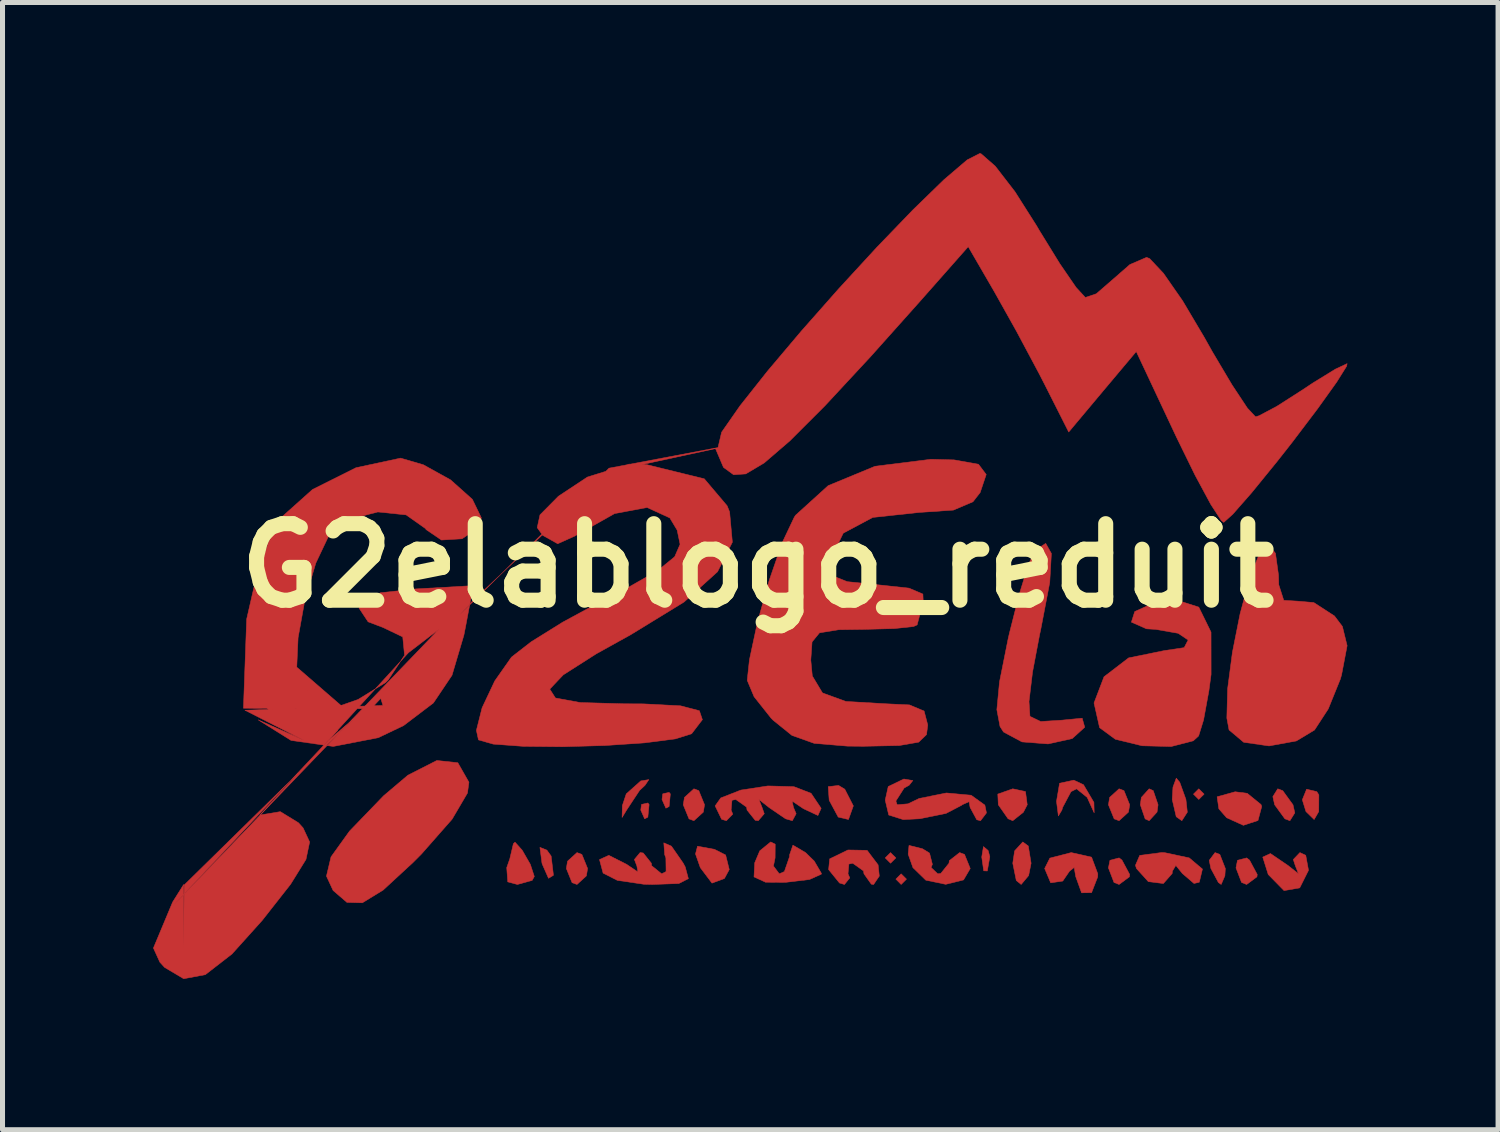
<source format=kicad_pcb>
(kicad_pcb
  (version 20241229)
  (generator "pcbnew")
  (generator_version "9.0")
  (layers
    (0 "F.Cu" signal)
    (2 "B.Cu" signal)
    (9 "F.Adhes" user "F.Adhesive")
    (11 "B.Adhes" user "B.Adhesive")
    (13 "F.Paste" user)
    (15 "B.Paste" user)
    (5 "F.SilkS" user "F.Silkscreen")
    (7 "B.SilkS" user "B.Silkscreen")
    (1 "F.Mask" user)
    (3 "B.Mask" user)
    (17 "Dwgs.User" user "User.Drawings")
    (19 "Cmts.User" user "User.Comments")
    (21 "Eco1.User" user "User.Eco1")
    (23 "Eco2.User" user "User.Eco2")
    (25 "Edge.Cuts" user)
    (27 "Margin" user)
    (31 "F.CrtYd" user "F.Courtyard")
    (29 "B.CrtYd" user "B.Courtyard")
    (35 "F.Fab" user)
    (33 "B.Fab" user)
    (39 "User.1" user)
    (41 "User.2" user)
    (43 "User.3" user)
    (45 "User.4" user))
  (footprint "G2elablogo_reduit"
    (layer "F.Cu")
    (at 12.038 8.213)
    (property "Reference" "G2elablogo_reduit" (at 0 0 180) (layer "F.SilkS") (effects (font (size 1.524 1.524) (thickness 0.3))))
    (attr through_hole)
    (fp_poly (pts (xy -4.657 6.032) (xy -4.763 6.138) (xy -4.868 6.032) (xy -4.763 5.927) (xy -4.657 6.032)) (stroke (width 0.01) (type solid)) (fill yes) (layer "F.Cu"))
    (fp_poly (pts (xy 9.666 4.727) (xy 9.691 4.978) (xy 9.666 5.009) (xy 9.54 4.98) (xy 9.525 4.868) (xy 9.602 4.694) (xy 9.666 4.727)) (stroke (width 0.01) (type solid)) (fill yes) (layer "F.Cu"))
    (fp_poly (pts (xy 8.196 2.266) (xy 8.215 2.6) (xy 8.068 2.947) (xy 7.798 3.132) (xy 7.419 3.071) (xy 7.304 2.966) (xy 7.303 2.629) (xy 7.558 2.291) (xy 7.938 2.118) (xy 7.978 2.117) (xy 8.196 2.266)) (stroke (width 0.01) (type solid)) (fill yes) (layer "F.Cu"))
    (fp_poly (pts (xy -9.7 1.94) (xy -9.17 2.03) (xy -8.2 2.87) (xy -9.078 2.549) (xy -9.246 2.902) (xy -9.619 3.139) (xy -9.7 2.91) (xy -9.84 2.76) (xy -10.19 2.49) (xy -10.06 2.16) (xy -10.024 2.022) (xy -9.831 1.5) (xy -9.585 1.302) (xy -9.344 1.301) (xy -9.51 1.4)) (stroke (width 0.01) (type solid)) (fill yes) (layer "F.Cu"))
    (fp_poly (pts (xy -11.43 7.62) (xy -11.43 6.35) (xy -11.65 6.7) (xy -12.033 7.616) (xy -11.905 7.897) (xy -11.811 8.001) (xy -11.43 8.227) (xy -10.999 8.146) (xy -10.468 7.734) (xy -9.868 7.067) (xy -9.301 6.345) (xy -9.201 6.184) (xy -8.587 6.184) (xy -8.455 6.469) (xy -8.179 6.707) (xy -7.872 6.715) (xy -7.459 6.462) (xy -6.975 6.015) (xy -4.997 6.015) (xy -4.977 6.298) (xy -4.785 6.35) (xy -4.491 6.269) (xy -4.448 6.191) (xy -4.527 5.95) (xy -4.689 5.668) (xy -4.74 5.611) (xy -4.336 5.611) (xy -4.296 5.921) (xy -4.29 5.944) (xy -4.165 6.227) (xy -4.067 6.167) (xy -4.083 6.032) (xy -3.81 6.032) (xy -3.696 6.314) (xy -3.598 6.35) (xy -3.411 6.179) (xy -3.387 6.032) (xy -3.459 5.854) (xy -3.15 5.854) (xy -3.078 6.124) (xy -2.795 6.268) (xy -2.264 6.346) (xy -2.097 6.35) (xy -1.57 6.331) (xy -1.38 6.234) (xy -1.443 6) (xy -1.482 5.927) (xy -1.61 5.742) (xy -1.238 5.742) (xy -1.142 6.015) (xy -0.91 6.323) (xy -0.662 6.231) (xy -0.645 6.199) (xy -0.073 6.199) (xy 0.156 6.305) (xy 0.551 6.308) (xy 1.032 6.251) (xy 1.266 6.146) (xy 1.27 6.13) (xy 1.226 6.054) (xy 1.413 6.054) (xy 1.63 6.321) (xy 1.728 6.35) (xy 1.834 6.219) (xy 1.799 6.138) (xy 1.816 5.943) (xy 1.893 5.927) (xy 2.108 6.08) (xy 2.117 6.138) (xy 2.263 6.344) (xy 2.309 6.35) (xy 2.38 6.244) (xy 2.752 6.244) (xy 2.857 6.35) (xy 2.963 6.244) (xy 2.857 6.138) (xy 2.752 6.244) (xy 2.38 6.244) (xy 2.422 6.183) (xy 2.398 5.959) (xy 2.293 5.821) (xy 2.54 5.821) (xy 2.646 5.927) (xy 2.752 5.821) (xy 2.676 5.746) (xy 2.997 5.746) (xy 3.092 6.015) (xy 3.349 6.265) (xy 3.745 6.347) (xy 4.1 6.259) (xy 4.233 6.032) (xy 4.14 5.803) (xy 4.462 5.803) (xy 4.501 6.078) (xy 4.573 6.081) (xy 4.6 5.927) (xy 5.08 5.927) (xy 5.15 6.271) (xy 5.247 6.35) (xy 5.396 6.172) (xy 5.424 6.032) (xy 5.715 6.032) (xy 5.835 6.317) (xy 6.075 6.282) (xy 6.21 6.085) (xy 6.303 6.011) (xy 6.333 6.191) (xy 6.45 6.516) (xy 6.649 6.513) (xy 6.771 6.199) (xy 6.773 6.138) (xy 6.729 6.02) (xy 6.985 6.02) (xy 7.096 6.31) (xy 7.197 6.35) (xy 7.402 6.198) (xy 7.408 6.151) (xy 7.31 5.968) (xy 7.523 5.968) (xy 7.543 6.032) (xy 7.779 6.293) (xy 8.079 6.331) (xy 8.254 6.132) (xy 8.258 6.085) (xy 8.327 5.97) (xy 8.458 6.132) (xy 8.689 6.33) (xy 8.794 6.305) (xy 8.857 6.043) (xy 8.652 5.87) (xy 8.992 5.87) (xy 9.025 6.032) (xy 9.175 6.311) (xy 9.23 6.35) (xy 9.304 6.177) (xy 9.313 6.032) (xy 9.308 6.02) (xy 9.525 6.02) (xy 9.636 6.31) (xy 9.737 6.35) (xy 9.942 6.198) (xy 9.948 6.151) (xy 9.794 5.864) (xy 9.737 5.821) (xy 9.555 5.869) (xy 9.525 6.02) (xy 9.308 6.02) (xy 9.224 5.805) (xy 10.058 5.805) (xy 10.167 6.151) (xy 10.482 6.472) (xy 10.794 6.418) (xy 10.969 6.068) (xy 10.914 5.769) (xy 10.798 5.715) (xy 10.666 5.853) (xy 10.708 5.98) (xy 10.771 6.138) (xy 10.583 5.99) (xy 10.572 5.98) (xy 10.211 5.734) (xy 10.058 5.805) (xy 9.224 5.805) (xy 9.203 5.751) (xy 9.108 5.715) (xy 8.992 5.87) (xy 8.652 5.87) (xy 8.594 5.821) (xy 8.103 5.716) (xy 8.037 5.715) (xy 7.608 5.771) (xy 7.523 5.968) (xy 7.31 5.968) (xy 7.254 5.864) (xy 7.197 5.821) (xy 7.015 5.869) (xy 6.985 6.02) (xy 6.729 6.02) (xy 6.649 5.806) (xy 6.244 5.715) (xy 5.819 5.825) (xy 5.715 6.032) (xy 5.424 6.032) (xy 5.445 5.927) (xy 5.389 5.584) (xy 5.279 5.503) (xy 5.117 5.681) (xy 5.08 5.927) (xy 4.6 5.927) (xy 4.623 5.798) (xy 4.59 5.675) (xy 4.496 5.595) (xy 4.462 5.803) (xy 4.14 5.803) (xy 4.119 5.751) (xy 4.022 5.715) (xy 3.816 5.876) (xy 3.81 5.927) (xy 3.647 6.13) (xy 3.586 6.138) (xy 3.453 6.012) (xy 3.479 5.949) (xy 3.422 5.725) (xy 3.28 5.638) (xy 3.014 5.572) (xy 2.997 5.746) (xy 2.676 5.746) (xy 2.646 5.715) (xy 2.54 5.821) (xy 2.293 5.821) (xy 2.179 5.67) (xy 1.798 5.663) (xy 1.434 5.84) (xy 1.413 6.054) (xy 1.226 6.054) (xy 1.127 5.885) (xy 0.953 5.715) (xy 0.702 5.567) (xy 0.635 5.762) (xy 0.635 5.795) (xy 0.532 6.093) (xy 0.43 6.138) (xy 0.314 5.983) (xy 0.347 5.821) (xy 0.349 5.548) (xy 0.259 5.503) (xy 0.042 5.68) (xy -0.059 5.919) (xy -0.073 6.199) (xy -0.645 6.199) (xy -0.566 6.053) (xy -0.638 5.763) (xy -0.861 5.65) (xy -1.198 5.588) (xy -1.238 5.742) (xy -1.61 5.742) (xy -1.718 5.587) (xy -1.869 5.521) (xy -1.852 5.756) (xy -1.828 5.821) (xy -1.824 6.093) (xy -1.912 6.138) (xy -2.111 5.977) (xy -2.117 5.927) (xy -2.279 5.723) (xy -2.341 5.715) (xy -2.455 5.852) (xy -2.406 5.98) (xy -2.384 6.102) (xy -2.61 5.949) (xy -2.964 5.77) (xy -3.15 5.854) (xy -3.459 5.854) (xy -3.501 5.751) (xy -3.598 5.715) (xy -3.786 5.886) (xy -3.81 6.032) (xy -4.083 6.032) (xy -4.113 5.784) (xy -4.198 5.666) (xy -4.336 5.611) (xy -4.74 5.611) (xy -4.832 5.508) (xy -4.865 5.539) (xy -4.936 5.84) (xy -4.997 6.015) (xy -6.975 6.015) (xy -6.869 5.918) (xy -6.692 5.74) (xy -6.086 5.051) (xy -6.065 5.016) (xy -2.7 5.016) (xy -2.61 4.868) (xy -2.328 4.868) (xy -2.251 5.043) (xy -2.187 5.009) (xy -2.162 4.758) (xy -2.187 4.727) (xy -2.313 4.756) (xy -2.328 4.868) (xy -2.61 4.868) (xy -2.471 4.657) (xy -1.905 4.657) (xy -1.828 4.831) (xy -1.764 4.798) (xy -1.76 4.763) (xy -1.482 4.763) (xy -1.367 5.044) (xy -1.27 5.08) (xy -1.082 4.909) (xy -1.062 4.785) (xy -0.847 4.785) (xy -0.718 5.052) (xy -0.623 5.08) (xy -0.496 4.95) (xy -0.529 4.868) (xy -0.512 4.673) (xy -0.436 4.657) (xy -0.22 4.81) (xy -0.212 4.868) (xy -0.049 5.072) (xy 0.012 5.08) (xy 0.131 4.941) (xy 0.087 4.815) (xy 0.024 4.657) (xy 0.212 4.805) (xy 0.223 4.815) (xy 0.556 5.042) (xy 0.69 5.08) (xy 0.766 4.941) (xy 0.713 4.815) (xy 0.685 4.688) (xy 0.912 4.841) (xy 1.2 4.976) (xy 1.264 4.833) (xy 1.063 4.534) (xy 0.723 4.403) (xy 0.717 4.402) (xy 1.405 4.402) (xy 1.424 4.673) (xy 1.604 5.008) (xy 1.808 5.056) (xy 1.905 4.785) (xy 1.846 4.67) (xy 2.54 4.67) (xy 2.61 4.967) (xy 2.899 5.058) (xy 3.228 5.041) (xy 3.75 4.935) (xy 4.066 4.77) (xy 4.071 4.763) (xy 4.21 4.701) (xy 4.23 4.815) (xy 4.363 5.061) (xy 4.438 5.08) (xy 4.556 4.925) (xy 4.524 4.769) (xy 4.251 4.573) (xy 3.999 4.55) (xy 4.782 4.55) (xy 4.792 4.763) (xy 4.987 5.042) (xy 5.08 5.08) (xy 5.291 4.912) (xy 5.368 4.763) (xy 5.359 4.694) (xy 5.951 4.694) (xy 5.988 4.985) (xy 6.058 4.868) (xy 6.073 4.815) (xy 6.239 4.502) (xy 6.35 4.445) (xy 6.562 4.616) (xy 6.63 4.767) (xy 6.701 4.923) (xy 6.697 4.763) (xy 6.985 4.763) (xy 7.099 5.044) (xy 7.197 5.08) (xy 7.384 4.909) (xy 7.408 4.763) (xy 7.62 4.763) (xy 7.716 5.044) (xy 7.796 5.08) (xy 7.953 4.908) (xy 7.973 4.763) (xy 7.937 4.657) (xy 8.255 4.657) (xy 8.335 5.001) (xy 8.447 5.08) (xy 8.556 4.911) (xy 8.528 4.657) (xy 8.49 4.551) (xy 8.678 4.551) (xy 8.784 4.657) (xy 8.836 4.604) (xy 9.149 4.604) (xy 9.184 4.844) (xy 9.339 5.021) (xy 9.672 5.172) (xy 9.963 5.076) (xy 10.037 4.799) (xy 10.024 4.759) (xy 9.83 4.601) (xy 10.259 4.601) (xy 10.295 4.763) (xy 10.499 5.043) (xy 10.599 5.08) (xy 10.696 4.924) (xy 10.66 4.763) (xy 10.587 4.663) (xy 10.846 4.663) (xy 10.918 4.897) (xy 11.081 5.057) (xy 11.173 4.898) (xy 11.175 4.567) (xy 11.135 4.502) (xy 10.931 4.453) (xy 10.846 4.663) (xy 10.587 4.663) (xy 10.456 4.482) (xy 10.356 4.445) (xy 10.259 4.601) (xy 9.83 4.601) (xy 9.749 4.535) (xy 9.508 4.504) (xy 9.149 4.604) (xy 8.836 4.604) (xy 8.89 4.551) (xy 8.784 4.445) (xy 8.678 4.551) (xy 8.49 4.551) (xy 8.405 4.315) (xy 8.336 4.233) (xy 8.27 4.411) (xy 8.255 4.657) (xy 7.937 4.657) (xy 7.877 4.481) (xy 7.796 4.445) (xy 7.64 4.617) (xy 7.62 4.763) (xy 7.408 4.763) (xy 7.294 4.481) (xy 7.197 4.445) (xy 7.009 4.616) (xy 6.985 4.763) (xy 6.697 4.763) (xy 6.696 4.716) (xy 6.488 4.363) (xy 6.295 4.273) (xy 6.012 4.334) (xy 5.951 4.694) (xy 5.359 4.694) (xy 5.333 4.5) (xy 5.08 4.445) (xy 4.782 4.55) (xy 3.999 4.55) (xy 3.757 4.528) (xy 3.216 4.637) (xy 2.994 4.744) (xy 2.777 4.763) (xy 2.752 4.687) (xy 2.917 4.429) (xy 3.016 4.374) (xy 3.09 4.28) (xy 2.91 4.25) (xy 2.6 4.4) (xy 2.54 4.67) (xy 1.846 4.67) (xy 1.735 4.453) (xy 1.611 4.378) (xy 1.405 4.402) (xy 0.717 4.402) (xy 0.204 4.388) (xy -0.335 4.47) (xy -0.735 4.627) (xy -0.847 4.785) (xy -1.062 4.785) (xy -1.058 4.763) (xy -1.173 4.481) (xy -1.27 4.445) (xy -1.458 4.616) (xy -1.482 4.763) (xy -1.76 4.763) (xy -1.739 4.547) (xy -1.764 4.516) (xy -1.89 4.545) (xy -1.905 4.657) (xy -2.471 4.657) (xy -2.351 4.476) (xy -2.244 4.376) (xy -2.167 4.262) (xy -2.328 4.288) (xy -2.617 4.546) (xy -2.695 4.78) (xy -2.7 5.016) (xy -6.065 5.016) (xy -5.779 4.529) (xy -5.75 4.314) (xy -5.971 3.926) (xy -6.389 3.881) (xy -6.965 4.174) (xy -7.449 4.584) (xy -8.127 5.287) (xy -8.496 5.8) (xy -8.587 6.184) (xy -9.201 6.184) (xy -8.995 5.851) (xy -8.922 5.504) (xy -9.052 5.224) (xy -9.144 5.122) (xy -9.506 4.9) (xy -9.913 4.967) (xy -6.955 1.735) (xy -6.35 1.27) (xy -11.644 6.774) (xy -8.36 3.28) (xy -8.63 3.55) (xy -7.52 2.6) (xy -7.428 2.893) (xy -6.47 2.75) (xy -10.21 2.88) (xy -9.035 3.48) (xy -9.946 3.072) (xy -9.292 3.481) (xy -8.452 3.601) (xy -7.555 3.427) (xy -7.25 3.281) (xy -5.601 3.281) (xy -5.56 3.471) (xy -5.265 3.555) (xy -4.667 3.599) (xy -3.887 3.607) (xy -3.042 3.583) (xy -2.254 3.53) (xy -1.639 3.451) (xy -1.319 3.35) (xy -1.312 3.344) (xy -1.101 3.068) (xy -1.161 2.89) (xy -1.537 2.792) (xy -2.274 2.754) (xy -2.663 2.752) (xy -3.534 2.727) (xy -4.027 2.637) (xy -4.14 2.46) (xy -3.975 2.285) (xy -0.208 2.285) (xy -0.072 2.61) (xy 0.266 3.036) (xy 0.308 3.079) (xy 0.683 3.382) (xy 1.127 3.54) (xy 1.79 3.595) (xy 2.107 3.598) (xy 2.82 3.583) (xy 3.206 3.516) (xy 3.362 3.366) (xy 3.387 3.175) (xy 3.314 2.896) (xy 3.249 2.869) (xy 4.763 2.869) (xy 4.826 3.204) (xy 4.896 3.314) (xy 5.264 3.511) (xy 5.783 3.551) (xy 6.263 3.445) (xy 6.513 3.219) (xy 6.462 3.039) (xy 6.086 3.075) (xy 6.076 3.077) (xy 5.636 3.105) (xy 5.422 3.002) (xy 5.405 2.736) (xy 6.698 2.736) (xy 6.809 3.228) (xy 7.122 3.458) (xy 7.656 3.588) (xy 8.234 3.603) (xy 8.675 3.489) (xy 8.781 3.392) (xy 8.88 3.072) (xy 8.886 3.037) (xy 9.343 3.037) (xy 9.387 3.273) (xy 9.678 3.518) (xy 10.183 3.591) (xy 10.727 3.492) (xy 11.089 3.274) (xy 11.362 2.855) (xy 11.604 2.258) (xy 11.628 2.173) (xy 11.738 1.595) (xy 11.644 1.212) (xy 11.486 1.003) (xy 11.074 0.736) (xy 10.75 0.708) (xy 10.476 0.692) (xy 10.377 0.382) (xy 10.372 0.192) (xy 10.311 -0.245) (xy 10.168 -0.423) (xy 9.989 -0.232) (xy 9.793 0.267) (xy 9.607 0.958) (xy 9.454 1.726) (xy 9.358 2.457) (xy 9.343 3.037) (xy 8.886 3.037) (xy 8.985 2.496) (xy 9.029 2.168) (xy 9.028 1.325) (xy 8.784 0.827) (xy 8.292 0.67) (xy 7.94 0.721) (xy 7.509 0.915) (xy 7.442 1.126) (xy 7.743 1.259) (xy 7.925 1.27) (xy 8.373 1.348) (xy 8.572 1.482) (xy 8.493 1.634) (xy 8.096 1.693) (xy 7.387 1.838) (xy 6.897 2.214) (xy 6.698 2.736) (xy 5.405 2.736) (xy 5.403 2.707) (xy 5.473 2.122) (xy 5.616 1.367) (xy 5.635 1.282) (xy 5.816 0.337) (xy 5.849 -0.241) (xy 5.736 -0.442) (xy 5.522 -0.303) (xy 5.389 -0.012) (xy 5.208 0.575) (xy 5.015 1.339) (xy 4.989 1.451) (xy 4.816 2.316) (xy 4.763 2.869) (xy 3.249 2.869) (xy 3.022 2.774) (xy 2.557 2.752) (xy 1.755 2.705) (xy 1.291 2.536) (xy 1.088 2.198) (xy 1.058 1.882) (xy 1.083 1.52) (xy 1.231 1.339) (xy 1.611 1.277) (xy 2.117 1.27) (xy 2.721 1.254) (xy 3.104 1.213) (xy 3.175 1.181) (xy 3.241 0.932) (xy 3.299 0.77) (xy 3.29 0.567) (xy 3.014 0.449) (xy 2.399 0.383) (xy 1.784 0.32) (xy 1.494 0.204) (xy 1.433 -0.017) (xy 1.443 -0.106) (xy 1.704 -0.646) (xy 2.291 -0.959) (xy 3.208 -1.058) (xy 3.897 -1.105) (xy 4.287 -1.271) (xy 4.43 -1.454) (xy 4.551 -1.814) (xy 4.397 -2.018) (xy 3.911 -2.105) (xy 3.45 -2.117) (xy 2.337 -1.978) (xy 1.404 -1.592) (xy 0.755 -1.003) (xy 0.728 -0.962) (xy 0.491 -0.462) (xy 0.232 0.288) (xy -0.003 1.123) (xy -0.164 1.876) (xy -0.208 2.285) (xy -3.975 2.285) (xy -3.87 2.175) (xy -3.216 1.758) (xy -2.528 1.376) (xy -1.467 0.726) (xy -0.799 0.122) (xy -0.504 -0.466) (xy -0.559 -1.069) (xy -0.609 -1.192) (xy -1.064 -1.729) (xy -2.21 -2.01) (xy -2.562 -2.021) (xy -3.391 -1.763) (xy -3.968 -1.381) (xy -4.335 -1.01) (xy -4.39 -0.756) (xy -4.28 -0.602) (xy -3.982 -0.435) (xy -3.645 -0.587) (xy -2.849 -1.036) (xy -2.202 -1.157) (xy -1.749 -0.949) (xy -1.603 -0.705) (xy -1.545 -0.424) (xy -1.653 -0.176) (xy -1.988 0.098) (xy -2.613 0.454) (xy -3.138 0.723) (xy -3.883 1.127) (xy -4.511 1.518) (xy -4.893 1.815) (xy -4.907 1.829) (xy -5.236 2.298) (xy -5.488 2.832) (xy -5.601 3.281) (xy -7.25 3.281) (xy -7.051 3.186) (xy -6.457 2.735) (xy -6.087 2.184) (xy -5.85 1.384) (xy -5.814 1.201) (xy -5.663 0.399) (xy -6.8 0.464) (xy -7.507 0.54) (xy -7.861 0.679) (xy -7.938 0.847) (xy -7.757 1.12) (xy -7.461 1.232) (xy -7.068 1.42) (xy -7.032 1.785) (xy -7.356 2.275) (xy -7.408 2.328) (xy -7.957 2.666) (xy -8.31 2.79) (xy -8.73 2.53) (xy -9.079 2.461) (xy -9.181 2.076) (xy -9.152 1.436) (xy -9.016 0.681) (xy -8.799 -0.05) (xy -8.547 -0.582) (xy -8.136 -0.921) (xy -7.564 -1.068) (xy -7.001 -1.01) (xy -6.615 -0.737) (xy -6.603 -0.717) (xy -6.297 -0.509) (xy -5.887 -0.534) (xy -5.569 -0.749) (xy -5.503 -0.951) (xy -5.681 -1.319) (xy -6.115 -1.707) (xy -6.658 -2.008) (xy -7.11 -2.14) (xy -7.999 -1.949) (xy -8.864 -1.516) (xy -9.471 -0.973) (xy -9.745 -0.457) (xy -10.005 0.319) (xy -10.176 1.066) (xy -10.24 2.84) (xy -7.7 2.85) (xy -5.692 0.721) (xy -2.96 -1.87) (xy -0.84 -2.33) (xy -0.681 -1.956) (xy -0.479 -1.809) (xy -0.237 -1.826) (xy 0.128 -2.043) (xy 0.643 -2.486) (xy 1.339 -3.182) (xy 2.245 -4.158) (xy 3.211 -5.239) (xy 4.193 -6.351) (xy 4.715 -5.451) (xy 5.154 -4.667) (xy 5.605 -3.822) (xy 5.716 -3.606) (xy 6.194 -2.66) (xy 6.866 -3.462) (xy 7.539 -4.263) (xy 8.341 -2.555) (xy 8.711 -1.799) (xy 9.024 -1.218) (xy 9.233 -0.897) (xy 9.281 -0.861) (xy 9.462 -1.024) (xy 9.835 -1.449) (xy 10.335 -2.063) (xy 10.638 -2.448) (xy 11.151 -3.125) (xy 11.531 -3.656) (xy 11.727 -3.969) (xy 11.738 -4.022) (xy 11.506 -3.913) (xy 11.06 -3.639) (xy 10.84 -3.493) (xy 10.337 -3.171) (xy 9.984 -2.984) (xy 9.914 -2.963) (xy 9.752 -3.136) (xy 9.447 -3.597) (xy 9.054 -4.259) (xy 8.89 -4.551) (xy 8.463 -5.271) (xy 8.081 -5.82) (xy 7.806 -6.113) (xy 7.744 -6.138) (xy 7.411 -5.994) (xy 7.086 -5.71) (xy 6.744 -5.413) (xy 6.525 -5.339) (xy 6.341 -5.539) (xy 6.017 -6.011) (xy 5.616 -6.662) (xy 5.552 -6.771) (xy 5.124 -7.445) (xy 4.731 -7.954) (xy 4.45 -8.2) (xy 4.425 -8.208) (xy 4.172 -8.079) (xy 3.708 -7.683) (xy 3.09 -7.082) (xy 2.374 -6.339) (xy 1.616 -5.515) (xy 0.871 -4.672) (xy 0.197 -3.874) (xy -0.352 -3.181) (xy -0.718 -2.656) (xy -0.79 -2.35) (xy -2.96 -1.94) (xy -11.42 6.36) (xy -11.43 7.62) (xy -10.58 6.86)) (stroke (width 0.01) (type solid)) (fill yes) (layer "F.Cu")))
  (gr_rect
    (start -3 -3)
    (end 26.782 19.446)
    (stroke (width 0.1) (type default))
    (fill no)
    (layer "Edge.Cuts")))
</source>
